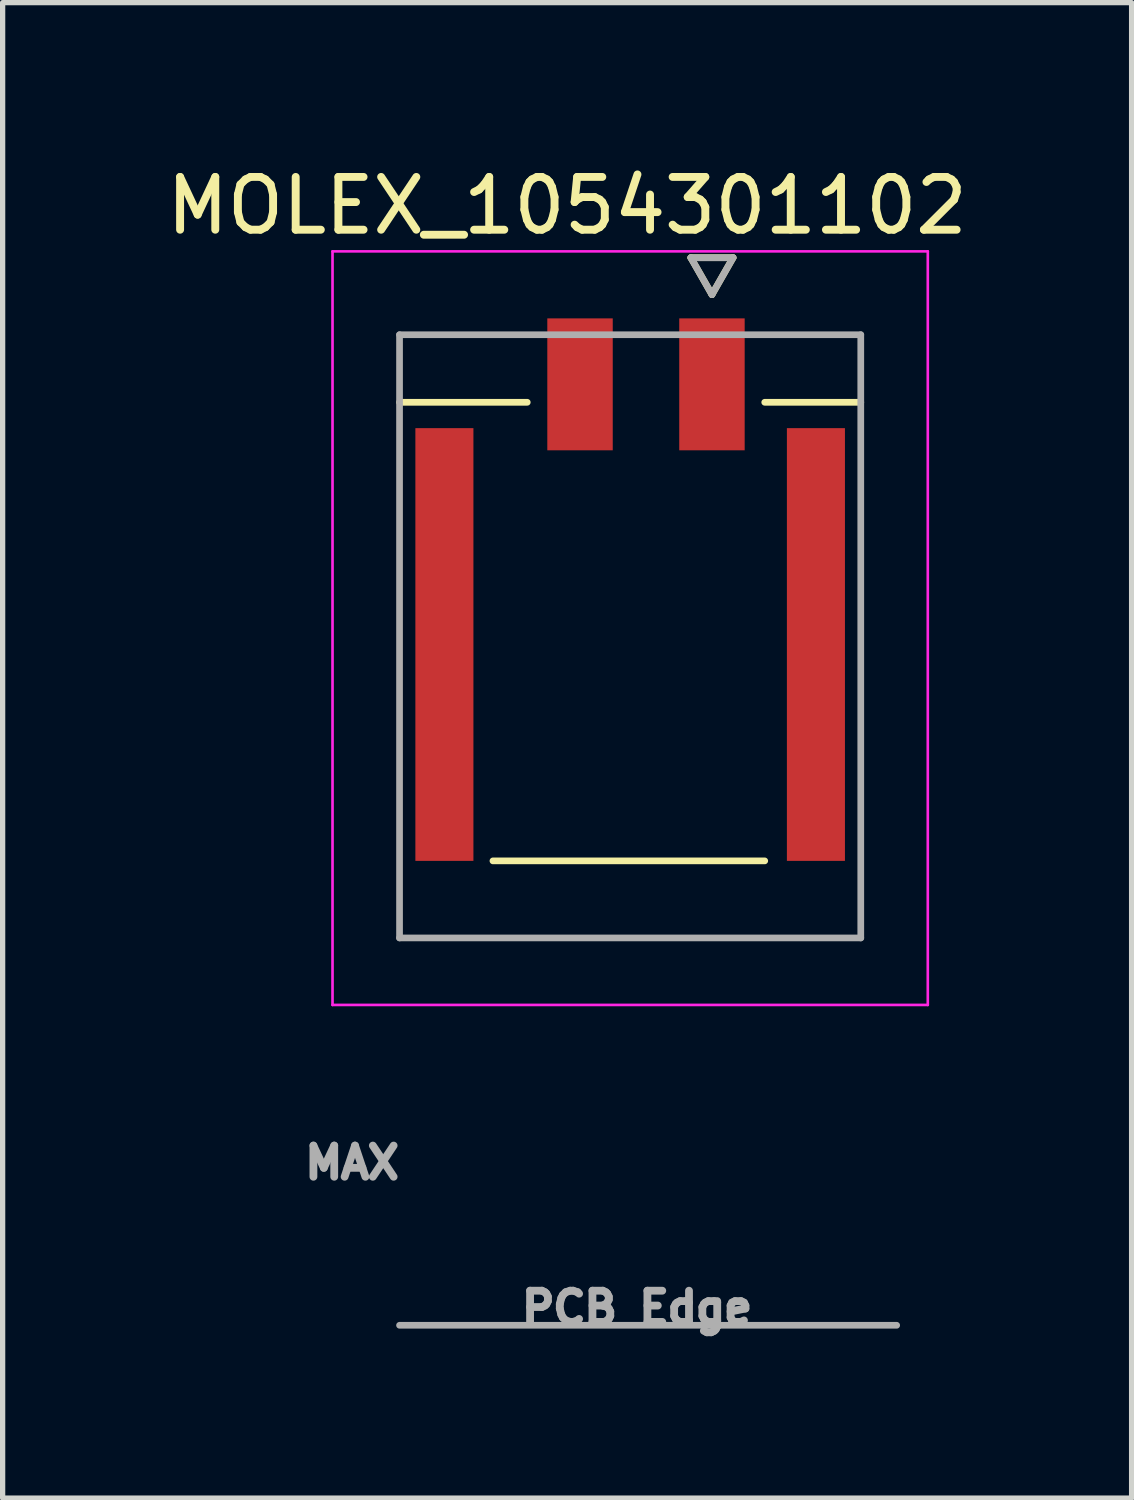
<source format=kicad_pcb>
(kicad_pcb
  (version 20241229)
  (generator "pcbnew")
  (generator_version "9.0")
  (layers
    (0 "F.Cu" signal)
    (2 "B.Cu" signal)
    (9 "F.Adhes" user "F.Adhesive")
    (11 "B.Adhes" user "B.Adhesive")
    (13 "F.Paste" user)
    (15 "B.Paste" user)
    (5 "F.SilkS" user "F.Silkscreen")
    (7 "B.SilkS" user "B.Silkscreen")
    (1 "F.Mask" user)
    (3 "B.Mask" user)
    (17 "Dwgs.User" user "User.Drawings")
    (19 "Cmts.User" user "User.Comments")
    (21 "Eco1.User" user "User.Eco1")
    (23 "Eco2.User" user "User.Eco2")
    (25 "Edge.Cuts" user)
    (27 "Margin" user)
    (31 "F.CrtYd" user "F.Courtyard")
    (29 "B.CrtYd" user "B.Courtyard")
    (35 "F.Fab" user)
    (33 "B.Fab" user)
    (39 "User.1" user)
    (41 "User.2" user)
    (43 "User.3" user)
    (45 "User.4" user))
  (footprint "MOLEX_1054301102"
    (layer "F.Cu")
    (at 8.891 9.008)
    (property "Reference" "MOLEX_1054301102" (at -1.195 -8.16 0) (layer "F.SilkS") (effects (font (size 1 1) (thickness 0.15))))
    (attr smd)
    (fp_poly (pts (xy -4.146 -4.021) (xy -2.894 -4.021) (xy -2.894 4.331) (xy -4.146 4.331)) (stroke (width 0.01) (type solid)) (fill yes) (layer "F.Mask"))
    (fp_poly (pts (xy -1.646 -6.101) (xy -0.254 -6.101) (xy -0.254 -3.449) (xy -1.646 -3.449)) (stroke (width 0.01) (type solid)) (fill yes) (layer "F.Mask"))
    (fp_poly (pts (xy 0.854 -6.101) (xy 2.246 -6.101) (xy 2.246 -3.449) (xy 0.854 -3.449)) (stroke (width 0.01) (type solid)) (fill yes) (layer "F.Mask"))
    (fp_poly (pts (xy 2.894 -4.021) (xy 4.146 -4.021) (xy 4.146 4.331) (xy 2.894 4.331)) (stroke (width 0.01) (type solid)) (fill yes) (layer "F.Mask"))
    (fp_line (start -4.37 -4.435) (end -1.95 -4.435) (stroke (width 0.127) (type solid)) (layer "F.SilkS"))
    (fp_line (start 1.15 -7.175) (end 1.55 -6.475) (stroke (width 0.127) (type solid)) (layer "F.SilkS"))
    (fp_line (start 1.55 -6.475) (end 1.95 -7.175) (stroke (width 0.127) (type solid)) (layer "F.SilkS"))
    (fp_line (start 1.95 -7.175) (end 1.15 -7.175) (stroke (width 0.127) (type solid)) (layer "F.SilkS"))
    (fp_line (start 2.55 -4.435) (end 4.37 -4.435) (stroke (width 0.127) (type solid)) (layer "F.SilkS"))
    (fp_line (start 2.55 4.255) (end -2.6 4.255) (stroke (width 0.127) (type solid)) (layer "F.SilkS"))
    (fp_line (start -5.64 -7.295) (end 5.64 -7.295) (stroke (width 0.05) (type solid)) (layer "F.CrtYd"))
    (fp_line (start -5.64 6.985) (end -5.64 -7.295) (stroke (width 0.05) (type solid)) (layer "F.CrtYd"))
    (fp_line (start -5.64 6.985) (end 5.64 6.985) (stroke (width 0.05) (type solid)) (layer "F.CrtYd"))
    (fp_line (start 5.64 -7.295) (end 5.64 6.985) (stroke (width 0.05) (type solid)) (layer "F.CrtYd"))
    (fp_line (start -4.37 -5.715) (end 4.37 -5.715) (stroke (width 0.127) (type solid)) (layer "F.Fab"))
    (fp_line (start -4.37 5.715) (end -4.37 -5.715) (stroke (width 0.127) (type solid)) (layer "F.Fab"))
    (fp_line (start -4.37 13.055) (end 5.05 13.055) (stroke (width 0.127) (type solid)) (layer "F.Fab"))
    (fp_line (start 1.15 -7.175) (end 1.55 -6.475) (stroke (width 0.127) (type solid)) (layer "F.Fab"))
    (fp_line (start 1.55 -6.475) (end 1.95 -7.175) (stroke (width 0.127) (type solid)) (layer "F.Fab"))
    (fp_line (start 1.95 -7.175) (end 1.15 -7.175) (stroke (width 0.127) (type solid)) (layer "F.Fab"))
    (fp_line (start 4.37 -5.715) (end 4.37 5.715) (stroke (width 0.127) (type solid)) (layer "F.Fab"))
    (fp_line (start 4.37 5.715) (end -4.37 5.715) (stroke (width 0.127) (type solid)) (layer "F.Fab"))
    (fp_text user "PCB Edge" (at 0.13 12.725 0) (layer "F.Fab") (effects (font (size 0.591 0.591) (thickness 0.15))))
    (fp_text user "MAX" (at -5.27 9.975 0) (layer "F.Fab") (effects (font (size 0.591 0.591) (thickness 0.15))))
    (pad "1" smd rect (at 1.55 -4.775) (size 1.24 2.5) (layers "F.Cu" "F.Paste"))
    (pad "2" smd rect (at -0.95 -4.775) (size 1.24 2.5) (layers "F.Cu" "F.Paste"))
    (pad "S1" smd rect (at -3.52 0.155) (size 1.1 8.2) (layers "F.Cu" "F.Paste"))
    (pad "S2" smd rect (at 3.52 0.155) (size 1.1 8.2) (layers "F.Cu" "F.Paste")))
  (gr_rect
    (start -3 -3)
    (end 18.393 25.338)
    (stroke (width 0.1) (type default))
    (fill no)
    (layer "Edge.Cuts")))
</source>
